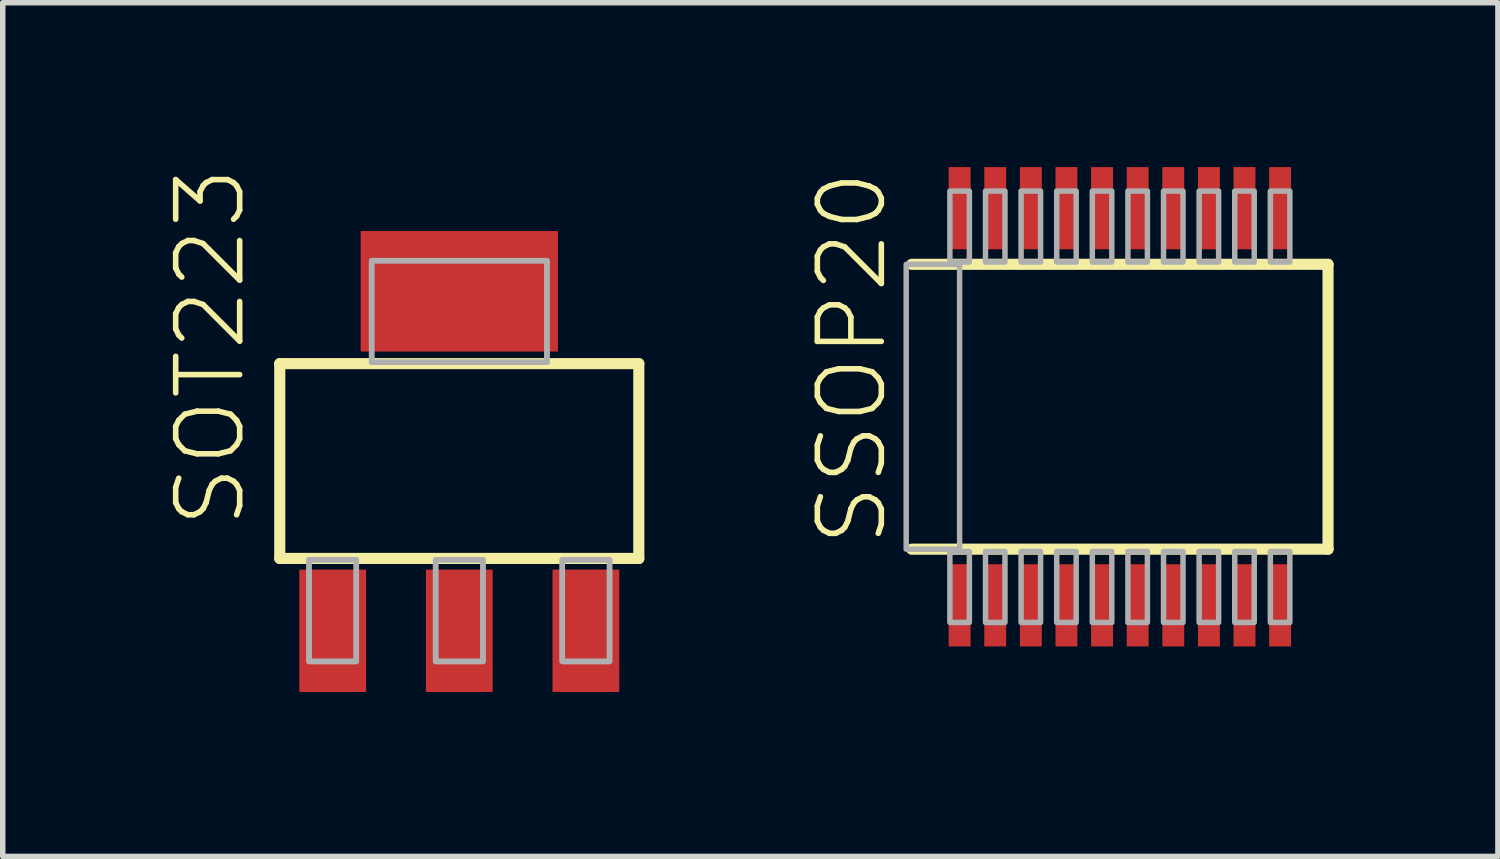
<source format=kicad_pcb>
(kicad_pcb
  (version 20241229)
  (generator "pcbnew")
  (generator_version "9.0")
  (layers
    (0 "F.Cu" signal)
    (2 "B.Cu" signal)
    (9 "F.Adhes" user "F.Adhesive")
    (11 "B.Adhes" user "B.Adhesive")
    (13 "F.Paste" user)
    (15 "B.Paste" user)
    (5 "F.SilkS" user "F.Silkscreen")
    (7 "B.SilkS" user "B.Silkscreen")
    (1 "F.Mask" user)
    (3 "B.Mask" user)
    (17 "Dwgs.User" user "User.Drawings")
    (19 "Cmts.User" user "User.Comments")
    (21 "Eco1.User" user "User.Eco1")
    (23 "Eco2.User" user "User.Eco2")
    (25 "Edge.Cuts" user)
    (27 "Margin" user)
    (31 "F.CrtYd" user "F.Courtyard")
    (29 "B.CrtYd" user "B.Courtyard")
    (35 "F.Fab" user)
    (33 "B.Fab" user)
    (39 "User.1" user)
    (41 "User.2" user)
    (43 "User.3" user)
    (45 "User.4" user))
  (footprint "SSOP20"
    (layer "F.Cu")
    (at 17.392 4.375)
    (property "Reference" "SSOP20" (at -4.206 2.6 90) (layer "F.SilkS") (effects (font (size 1.168 1.168) (thickness 0.102)) (justify left bottom)))
    (fp_line (start -3.8 2.6) (end 3.8 2.6) (stroke (width 0.203) (type solid)) (layer "F.SilkS"))
    (fp_line (start 3.8 -2.6) (end -3.8 -2.6) (stroke (width 0.203) (type solid)) (layer "F.SilkS"))
    (fp_line (start 3.8 2.6) (end 3.8 -2.6) (stroke (width 0.203) (type solid)) (layer "F.SilkS"))
    (fp_poly (pts (xy -3.9 2.6) (xy -2.925 2.6) (xy -2.925 -2.6) (xy -3.9 -2.6)) (stroke (width 0.1) (type default)) (fill no) (layer "F.Fab"))
    (fp_poly (pts (xy -3.103 3.937) (xy -2.747 3.937) (xy -2.747 2.642) (xy -3.103 2.642)) (stroke (width 0.1) (type default)) (fill no) (layer "F.Fab"))
    (fp_poly (pts (xy -3.103 -2.642) (xy -2.747 -2.642) (xy -2.747 -3.937) (xy -3.103 -3.937)) (stroke (width 0.1) (type default)) (fill no) (layer "F.Fab"))
    (fp_poly (pts (xy -2.453 3.937) (xy -2.097 3.937) (xy -2.097 2.642) (xy -2.453 2.642)) (stroke (width 0.1) (type default)) (fill no) (layer "F.Fab"))
    (fp_poly (pts (xy -2.453 -2.642) (xy -2.097 -2.642) (xy -2.097 -3.937) (xy -2.453 -3.937)) (stroke (width 0.1) (type default)) (fill no) (layer "F.Fab"))
    (fp_poly (pts (xy -1.803 3.937) (xy -1.447 3.937) (xy -1.447 2.642) (xy -1.803 2.642)) (stroke (width 0.1) (type default)) (fill no) (layer "F.Fab"))
    (fp_poly (pts (xy -1.803 -2.642) (xy -1.447 -2.642) (xy -1.447 -3.937) (xy -1.803 -3.937)) (stroke (width 0.1) (type default)) (fill no) (layer "F.Fab"))
    (fp_poly (pts (xy -1.153 3.937) (xy -0.797 3.937) (xy -0.797 2.642) (xy -1.153 2.642)) (stroke (width 0.1) (type default)) (fill no) (layer "F.Fab"))
    (fp_poly (pts (xy -1.153 -2.642) (xy -0.797 -2.642) (xy -0.797 -3.937) (xy -1.153 -3.937)) (stroke (width 0.1) (type default)) (fill no) (layer "F.Fab"))
    (fp_poly (pts (xy -0.503 3.937) (xy -0.147 3.937) (xy -0.147 2.642) (xy -0.503 2.642)) (stroke (width 0.1) (type default)) (fill no) (layer "F.Fab"))
    (fp_poly (pts (xy -0.503 -2.642) (xy -0.147 -2.642) (xy -0.147 -3.937) (xy -0.503 -3.937)) (stroke (width 0.1) (type default)) (fill no) (layer "F.Fab"))
    (fp_poly (pts (xy 0.147 3.937) (xy 0.503 3.937) (xy 0.503 2.642) (xy 0.147 2.642)) (stroke (width 0.1) (type default)) (fill no) (layer "F.Fab"))
    (fp_poly (pts (xy 0.147 -2.642) (xy 0.503 -2.642) (xy 0.503 -3.937) (xy 0.147 -3.937)) (stroke (width 0.1) (type default)) (fill no) (layer "F.Fab"))
    (fp_poly (pts (xy 0.797 3.937) (xy 1.153 3.937) (xy 1.153 2.642) (xy 0.797 2.642)) (stroke (width 0.1) (type default)) (fill no) (layer "F.Fab"))
    (fp_poly (pts (xy 0.797 -2.642) (xy 1.153 -2.642) (xy 1.153 -3.937) (xy 0.797 -3.937)) (stroke (width 0.1) (type default)) (fill no) (layer "F.Fab"))
    (fp_poly (pts (xy 1.447 -2.642) (xy 1.803 -2.642) (xy 1.803 -3.937) (xy 1.447 -3.937)) (stroke (width 0.1) (type default)) (fill no) (layer "F.Fab"))
    (fp_poly (pts (xy 1.447 3.937) (xy 1.803 3.937) (xy 1.803 2.642) (xy 1.447 2.642)) (stroke (width 0.1) (type default)) (fill no) (layer "F.Fab"))
    (fp_poly (pts (xy 2.097 -2.642) (xy 2.453 -2.642) (xy 2.453 -3.937) (xy 2.097 -3.937)) (stroke (width 0.1) (type default)) (fill no) (layer "F.Fab"))
    (fp_poly (pts (xy 2.097 3.937) (xy 2.453 3.937) (xy 2.453 2.642) (xy 2.097 2.642)) (stroke (width 0.1) (type default)) (fill no) (layer "F.Fab"))
    (fp_poly (pts (xy 2.747 -2.642) (xy 3.103 -2.642) (xy 3.103 -3.937) (xy 2.747 -3.937)) (stroke (width 0.1) (type default)) (fill no) (layer "F.Fab"))
    (fp_poly (pts (xy 2.747 3.937) (xy 3.103 3.937) (xy 3.103 2.642) (xy 2.747 2.642)) (stroke (width 0.1) (type default)) (fill no) (layer "F.Fab"))
    (pad "1" smd rect (at -2.925 3.625) (size 0.4 1.5) (layers "F.Cu" "F.Mask" "F.Paste"))
    (pad "2" smd rect (at -2.275 3.625) (size 0.4 1.5) (layers "F.Cu" "F.Mask" "F.Paste"))
    (pad "3" smd rect (at -1.625 3.625) (size 0.4 1.5) (layers "F.Cu" "F.Mask" "F.Paste"))
    (pad "4" smd rect (at -0.975 3.625) (size 0.4 1.5) (layers "F.Cu" "F.Mask" "F.Paste"))
    (pad "5" smd rect (at -0.325 3.625) (size 0.4 1.5) (layers "F.Cu" "F.Mask" "F.Paste"))
    (pad "6" smd rect (at 0.325 3.625) (size 0.4 1.5) (layers "F.Cu" "F.Mask" "F.Paste"))
    (pad "7" smd rect (at 0.975 3.625) (size 0.4 1.5) (layers "F.Cu" "F.Mask" "F.Paste"))
    (pad "8" smd rect (at 1.625 3.625) (size 0.4 1.5) (layers "F.Cu" "F.Mask" "F.Paste"))
    (pad "9" smd rect (at 2.275 3.625) (size 0.4 1.5) (layers "F.Cu" "F.Mask" "F.Paste"))
    (pad "10" smd rect (at 2.925 3.625) (size 0.4 1.5) (layers "F.Cu" "F.Mask" "F.Paste"))
    (pad "11" smd rect (at 2.925 -3.625) (size 0.4 1.5) (layers "F.Cu" "F.Mask" "F.Paste"))
    (pad "12" smd rect (at 2.275 -3.625) (size 0.4 1.5) (layers "F.Cu" "F.Mask" "F.Paste"))
    (pad "13" smd rect (at 1.625 -3.625) (size 0.4 1.5) (layers "F.Cu" "F.Mask" "F.Paste"))
    (pad "14" smd rect (at 0.975 -3.625) (size 0.4 1.5) (layers "F.Cu" "F.Mask" "F.Paste"))
    (pad "15" smd rect (at 0.325 -3.625) (size 0.4 1.5) (layers "F.Cu" "F.Mask" "F.Paste"))
    (pad "16" smd rect (at -0.325 -3.625) (size 0.4 1.5) (layers "F.Cu" "F.Mask" "F.Paste"))
    (pad "17" smd rect (at -0.975 -3.625) (size 0.4 1.5) (layers "F.Cu" "F.Mask" "F.Paste"))
    (pad "18" smd rect (at -1.625 -3.625) (size 0.4 1.5) (layers "F.Cu" "F.Mask" "F.Paste"))
    (pad "19" smd rect (at -2.275 -3.625) (size 0.4 1.5) (layers "F.Cu" "F.Mask" "F.Paste"))
    (pad "20" smd rect (at -2.925 -3.625) (size 0.4 1.5) (layers "F.Cu" "F.Mask" "F.Paste")))
  (footprint "SOT223"
    (layer "F.Cu")
    (at 5.334 5.366)
    (property "Reference" "SOT223" (at -3.861 1.27 90) (layer "F.SilkS") (effects (font (size 1.168 1.168) (thickness 0.102)) (justify left bottom)))
    (fp_line (start -3.277 -1.778) (end 3.277 -1.778) (stroke (width 0.203) (type solid)) (layer "F.SilkS"))
    (fp_line (start -3.277 1.778) (end -3.277 -1.778) (stroke (width 0.203) (type solid)) (layer "F.SilkS"))
    (fp_line (start 3.277 -1.778) (end 3.277 1.778) (stroke (width 0.203) (type solid)) (layer "F.SilkS"))
    (fp_line (start 3.277 1.778) (end -3.277 1.778) (stroke (width 0.203) (type solid)) (layer "F.SilkS"))
    (fp_poly (pts (xy -2.743 3.658) (xy -1.88 3.658) (xy -1.88 1.803) (xy -2.743 1.803)) (stroke (width 0.1) (type default)) (fill no) (layer "F.Fab"))
    (fp_poly (pts (xy -2.743 3.658) (xy -1.88 3.658) (xy -1.88 1.803) (xy -2.743 1.803)) (stroke (width 0.1) (type default)) (fill no) (layer "F.Fab"))
    (fp_poly (pts (xy -1.6 -1.803) (xy 1.6 -1.803) (xy 1.6 -3.658) (xy -1.6 -3.658)) (stroke (width 0.1) (type default)) (fill no) (layer "F.Fab"))
    (fp_poly (pts (xy -1.6 -1.803) (xy 1.6 -1.803) (xy 1.6 -3.658) (xy -1.6 -3.658)) (stroke (width 0.1) (type default)) (fill no) (layer "F.Fab"))
    (fp_poly (pts (xy -0.432 3.658) (xy 0.432 3.658) (xy 0.432 1.803) (xy -0.432 1.803)) (stroke (width 0.1) (type default)) (fill no) (layer "F.Fab"))
    (fp_poly (pts (xy -0.432 3.658) (xy 0.432 3.658) (xy 0.432 1.803) (xy -0.432 1.803)) (stroke (width 0.1) (type default)) (fill no) (layer "F.Fab"))
    (fp_poly (pts (xy 1.88 3.658) (xy 2.743 3.658) (xy 2.743 1.803) (xy 1.88 1.803)) (stroke (width 0.1) (type default)) (fill no) (layer "F.Fab"))
    (fp_poly (pts (xy 1.88 3.658) (xy 2.743 3.658) (xy 2.743 1.803) (xy 1.88 1.803)) (stroke (width 0.1) (type default)) (fill no) (layer "F.Fab"))
    (pad "1" smd rect (at -2.311 3.099) (size 1.219 2.235) (layers "F.Cu" "F.Mask" "F.Paste"))
    (pad "2" smd rect (at 0 3.099) (size 1.219 2.235) (layers "F.Cu" "F.Mask" "F.Paste"))
    (pad "3" smd rect (at 2.311 3.099) (size 1.219 2.235) (layers "F.Cu" "F.Mask" "F.Paste"))
    (pad "TAB" smd rect (at 0 -3.099) (size 3.6 2.2) (layers "F.Cu" "F.Mask" "F.Paste")))
  (gr_rect
    (start -3 -3)
    (end 24.293 12.583)
    (stroke (width 0.1) (type default))
    (fill no)
    (layer "Edge.Cuts")))
</source>
